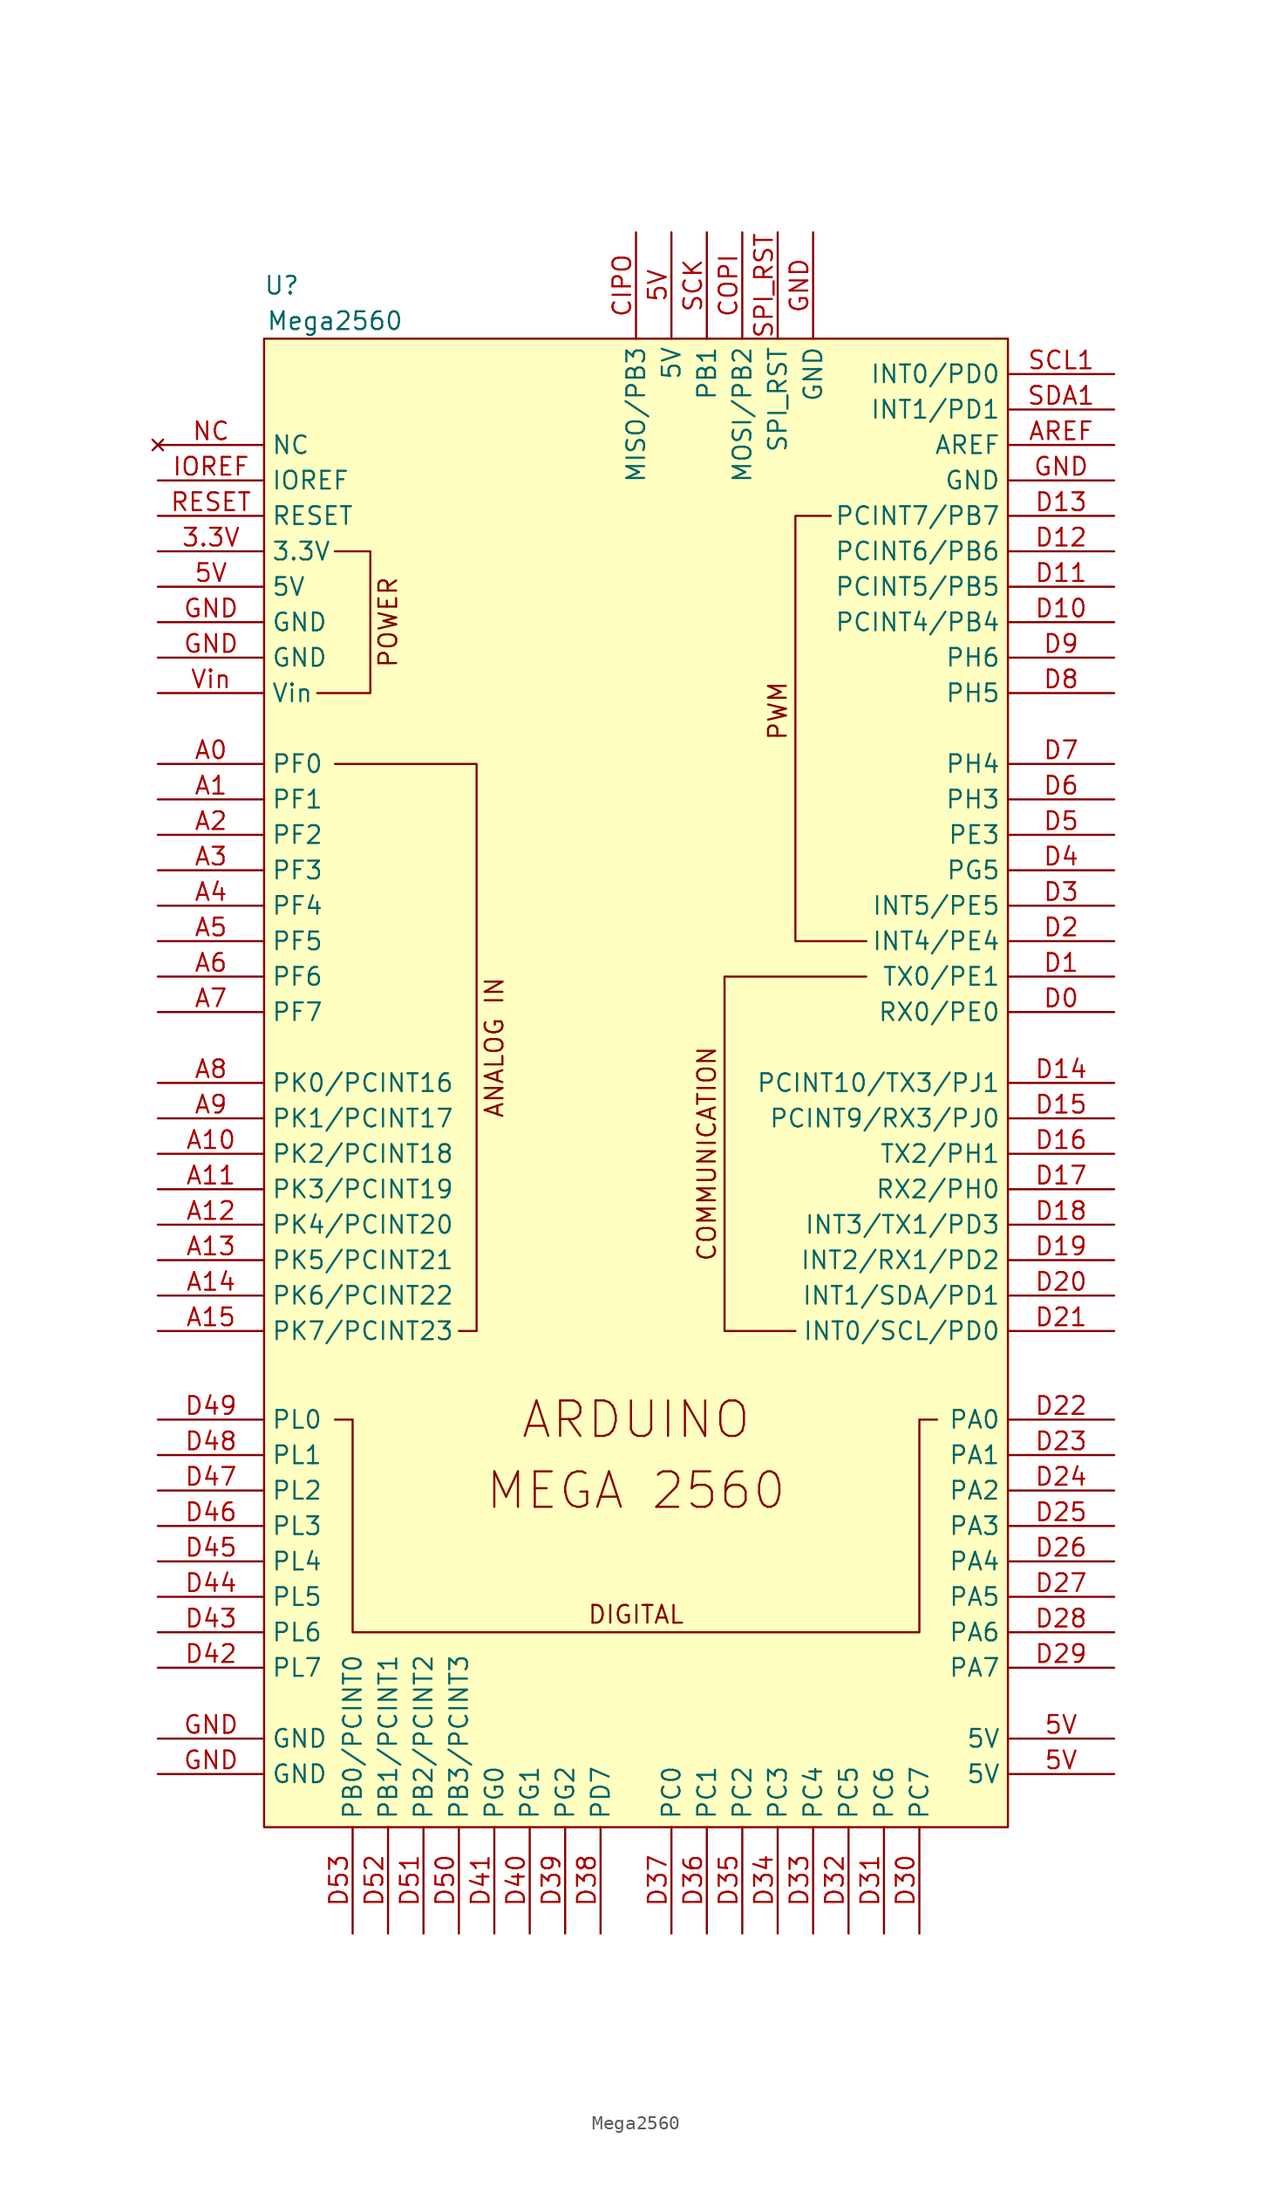
<source format=kicad_sym>
(kicad_symbol_lib
  (version 20211014)
  (generator kicad_symbol_editor)
  (symbol "Mega2560"
    (property "Reference" "U"
      (at -25.4 54.61 0)
      (effects (font (size 1.27 1.27))))
    (property "Value" "Mega2560"
      (at -21.59 52.07 0)
      (effects (font (size 1.27 1.27))))
    (symbol "Mega2560_0_0"
      (polyline (pts (xy 16.51 7.62) (xy 11.43 7.62) (xy 11.43 38.1) (xy 13.97 38.1)) (stroke (width 0) (type default) (color 0 0 0 0)) (fill (type none)))
      (polyline (pts (xy -21.59 -26.67) (xy -20.32 -26.67) (xy -20.32 -41.91) (xy 20.32 -41.91) (xy 20.32 -26.67) (xy 21.59 -26.67)) (stroke (width 0) (type default) (color 0 0 0 0)) (fill (type none)))
      (text "ANALOG IN" (at -10.16 0 900) (effects (font (size 1.27 1.27))))
      (text "ARDUINO" (at 0 -26.67 0) (effects (font (size 2.54 2.54))))
      (text "COMMUNICATION" (at 5.08 -7.62 900) (effects (font (size 1.27 1.27))))
      (text "DIGITAL" (at 0 -40.64 0) (effects (font (size 1.27 1.27))))
      (text "MEGA 2560" (at 0 -31.75 0) (effects (font (size 2.54 2.54))))
      (text "POWER" (at -17.78 30.48 900) (effects (font (size 1.27 1.27))))
      (text "PWM" (at 10.16 24.13 900) (effects (font (size 1.27 1.27)))))
    (symbol "Mega2560_0_1"
      (rectangle (start -26.67 50.8) (end 26.67 -55.88) (stroke (width 0) (type default) (color 0 0 0 0)) (fill (type background)))
      (polyline (pts (xy -21.59 20.32) (xy -11.43 20.32) (xy -11.43 -20.32) (xy -12.7 -20.32)) (stroke (width 0) (type default) (color 0 0 0 0)) (fill (type none)))
      (polyline (pts (xy -21.59 35.56) (xy -19.05 35.56) (xy -19.05 25.4) (xy -22.86 25.4)) (stroke (width 0) (type default) (color 0 0 0 0)) (fill (type none)))
      (polyline (pts (xy 11.43 -20.32) (xy 6.35 -20.32) (xy 6.35 5.08) (xy 16.51 5.08)) (stroke (width 0) (type default) (color 0 0 0 0)) (fill (type none))))
    (symbol "Mega2560_1_1"
      (pin power_out line (at -34.29 35.56 0) (length 7.62) (name "3.3V" (effects (font (size 1.27 1.27)))) (number "3.3V" (effects (font (size 1.27 1.27)))))
      (pin power_out line (at -34.29 33.02 0) (length 7.62) (name "5V" (effects (font (size 1.27 1.27)))) (number "5V" (effects (font (size 1.27 1.27)))))
      (pin power_out line (at 2.54 58.42 270) (length 7.62) (name "5V" (effects (font (size 1.27 1.27)))) (number "5V" (effects (font (size 1.27 1.27)))))
      (pin power_out line (at 34.29 -52.07 180) (length 7.62) (name "5V" (effects (font (size 1.27 1.27)))) (number "5V" (effects (font (size 1.27 1.27)))))
      (pin power_out line (at 34.29 -49.53 180) (length 7.62) (name "5V" (effects (font (size 1.27 1.27)))) (number "5V" (effects (font (size 1.27 1.27)))))
      (pin bidirectional line (at -34.29 20.32 0) (length 7.62) (name "PF0" (effects (font (size 1.27 1.27)))) (number "A0" (effects (font (size 1.27 1.27)))))
      (pin bidirectional line (at -34.29 17.78 0) (length 7.62) (name "PF1" (effects (font (size 1.27 1.27)))) (number "A1" (effects (font (size 1.27 1.27)))))
      (pin bidirectional line (at -34.29 -7.62 0) (length 7.62) (name "PK2/PCINT18" (effects (font (size 1.27 1.27)))) (number "A10" (effects (font (size 1.27 1.27)))))
      (pin bidirectional line (at -34.29 -10.16 0) (length 7.62) (name "PK3/PCINT19" (effects (font (size 1.27 1.27)))) (number "A11" (effects (font (size 1.27 1.27)))))
      (pin bidirectional line (at -34.29 -12.7 0) (length 7.62) (name "PK4/PCINT20" (effects (font (size 1.27 1.27)))) (number "A12" (effects (font (size 1.27 1.27)))))
      (pin bidirectional line (at -34.29 -15.24 0) (length 7.62) (name "PK5/PCINT21" (effects (font (size 1.27 1.27)))) (number "A13" (effects (font (size 1.27 1.27)))))
      (pin bidirectional line (at -34.29 -17.78 0) (length 7.62) (name "PK6/PCINT22" (effects (font (size 1.27 1.27)))) (number "A14" (effects (font (size 1.27 1.27)))))
      (pin bidirectional line (at -34.29 -20.32 0) (length 7.62) (name "PK7/PCINT23" (effects (font (size 1.27 1.27)))) (number "A15" (effects (font (size 1.27 1.27)))))
      (pin bidirectional line (at -34.29 15.24 0) (length 7.62) (name "PF2" (effects (font (size 1.27 1.27)))) (number "A2" (effects (font (size 1.27 1.27)))))
      (pin bidirectional line (at -34.29 12.7 0) (length 7.62) (name "PF3" (effects (font (size 1.27 1.27)))) (number "A3" (effects (font (size 1.27 1.27)))))
      (pin bidirectional line (at -34.29 10.16 0) (length 7.62) (name "PF4" (effects (font (size 1.27 1.27)))) (number "A4" (effects (font (size 1.27 1.27)))))
      (pin bidirectional line (at -34.29 7.62 0) (length 7.62) (name "PF5" (effects (font (size 1.27 1.27)))) (number "A5" (effects (font (size 1.27 1.27)))))
      (pin bidirectional line (at -34.29 5.08 0) (length 7.62) (name "PF6" (effects (font (size 1.27 1.27)))) (number "A6" (effects (font (size 1.27 1.27)))))
      (pin bidirectional line (at -34.29 2.54 0) (length 7.62) (name "PF7" (effects (font (size 1.27 1.27)))) (number "A7" (effects (font (size 1.27 1.27)))))
      (pin bidirectional line (at -34.29 -2.54 0) (length 7.62) (name "PK0/PCINT16" (effects (font (size 1.27 1.27)))) (number "A8" (effects (font (size 1.27 1.27)))))
      (pin bidirectional line (at -34.29 -5.08 0) (length 7.62) (name "PK1/PCINT17" (effects (font (size 1.27 1.27)))) (number "A9" (effects (font (size 1.27 1.27)))))
      (pin input line (at 34.29 43.18 180) (length 7.62) (name "AREF" (effects (font (size 1.27 1.27)))) (number "AREF" (effects (font (size 1.27 1.27)))))
      (pin bidirectional line (at 0 58.42 270) (length 7.62) (name "MISO/PB3" (effects (font (size 1.27 1.27)))) (number "CIPO" (effects (font (size 1.27 1.27)))))
      (pin bidirectional line (at 7.62 58.42 270) (length 7.62) (name "MOSI/PB2" (effects (font (size 1.27 1.27)))) (number "COPI" (effects (font (size 1.27 1.27)))))
      (pin bidirectional line (at 34.29 2.54 180) (length 7.62) (name "RX0/PE0" (effects (font (size 1.27 1.27)))) (number "D0" (effects (font (size 1.27 1.27)))))
      (pin bidirectional line (at 34.29 5.08 180) (length 7.62) (name "TX0/PE1" (effects (font (size 1.27 1.27)))) (number "D1" (effects (font (size 1.27 1.27)))))
      (pin bidirectional line (at 34.29 30.48 180) (length 7.62) (name "PCINT4/PB4" (effects (font (size 1.27 1.27)))) (number "D10" (effects (font (size 1.27 1.27)))))
      (pin bidirectional line (at 34.29 33.02 180) (length 7.62) (name "PCINT5/PB5" (effects (font (size 1.27 1.27)))) (number "D11" (effects (font (size 1.27 1.27)))))
      (pin bidirectional line (at 34.29 35.56 180) (length 7.62) (name "PCINT6/PB6" (effects (font (size 1.27 1.27)))) (number "D12" (effects (font (size 1.27 1.27)))))
      (pin bidirectional line (at 34.29 38.1 180) (length 7.62) (name "PCINT7/PB7" (effects (font (size 1.27 1.27)))) (number "D13" (effects (font (size 1.27 1.27)))))
      (pin bidirectional line (at 34.29 -2.54 180) (length 7.62) (name "PCINT10/TX3/PJ1" (effects (font (size 1.27 1.27)))) (number "D14" (effects (font (size 1.27 1.27)))))
      (pin bidirectional line (at 34.29 -5.08 180) (length 7.62) (name "PCINT9/RX3/PJ0" (effects (font (size 1.27 1.27)))) (number "D15" (effects (font (size 1.27 1.27)))))
      (pin bidirectional line (at 34.29 -7.62 180) (length 7.62) (name "TX2/PH1" (effects (font (size 1.27 1.27)))) (number "D16" (effects (font (size 1.27 1.27)))))
      (pin bidirectional line (at 34.29 -10.16 180) (length 7.62) (name "RX2/PH0" (effects (font (size 1.27 1.27)))) (number "D17" (effects (font (size 1.27 1.27)))))
      (pin bidirectional line (at 34.29 -12.7 180) (length 7.62) (name "INT3/TX1/PD3" (effects (font (size 1.27 1.27)))) (number "D18" (effects (font (size 1.27 1.27)))))
      (pin bidirectional line (at 34.29 -15.24 180) (length 7.62) (name "INT2/RX1/PD2" (effects (font (size 1.27 1.27)))) (number "D19" (effects (font (size 1.27 1.27)))))
      (pin bidirectional line (at 34.29 7.62 180) (length 7.62) (name "INT4/PE4" (effects (font (size 1.27 1.27)))) (number "D2" (effects (font (size 1.27 1.27)))))
      (pin bidirectional line (at 34.29 -17.78 180) (length 7.62) (name "INT1/SDA/PD1" (effects (font (size 1.27 1.27)))) (number "D20" (effects (font (size 1.27 1.27)))))
      (pin bidirectional line (at 34.29 -20.32 180) (length 7.62) (name "INT0/SCL/PD0" (effects (font (size 1.27 1.27)))) (number "D21" (effects (font (size 1.27 1.27)))))
      (pin bidirectional line (at 34.29 -26.67 180) (length 7.62) (name "PA0" (effects (font (size 1.27 1.27)))) (number "D22" (effects (font (size 1.27 1.27)))))
      (pin bidirectional line (at 34.29 -29.21 180) (length 7.62) (name "PA1" (effects (font (size 1.27 1.27)))) (number "D23" (effects (font (size 1.27 1.27)))))
      (pin bidirectional line (at 34.29 -31.75 180) (length 7.62) (name "PA2" (effects (font (size 1.27 1.27)))) (number "D24" (effects (font (size 1.27 1.27)))))
      (pin bidirectional line (at 34.29 -34.29 180) (length 7.62) (name "PA3" (effects (font (size 1.27 1.27)))) (number "D25" (effects (font (size 1.27 1.27)))))
      (pin bidirectional line (at 34.29 -36.83 180) (length 7.62) (name "PA4" (effects (font (size 1.27 1.27)))) (number "D26" (effects (font (size 1.27 1.27)))))
      (pin bidirectional line (at 34.29 -39.37 180) (length 7.62) (name "PA5" (effects (font (size 1.27 1.27)))) (number "D27" (effects (font (size 1.27 1.27)))))
      (pin bidirectional line (at 34.29 -41.91 180) (length 7.62) (name "PA6" (effects (font (size 1.27 1.27)))) (number "D28" (effects (font (size 1.27 1.27)))))
      (pin bidirectional line (at 34.29 -44.45 180) (length 7.62) (name "PA7" (effects (font (size 1.27 1.27)))) (number "D29" (effects (font (size 1.27 1.27)))))
      (pin bidirectional line (at 34.29 10.16 180) (length 7.62) (name "INT5/PE5" (effects (font (size 1.27 1.27)))) (number "D3" (effects (font (size 1.27 1.27)))))
      (pin bidirectional line (at 20.32 -63.5 90) (length 7.62) (name "PC7" (effects (font (size 1.27 1.27)))) (number "D30" (effects (font (size 1.27 1.27)))))
      (pin bidirectional line (at 17.78 -63.5 90) (length 7.62) (name "PC6" (effects (font (size 1.27 1.27)))) (number "D31" (effects (font (size 1.27 1.27)))))
      (pin bidirectional line (at 15.24 -63.5 90) (length 7.62) (name "PC5" (effects (font (size 1.27 1.27)))) (number "D32" (effects (font (size 1.27 1.27)))))
      (pin bidirectional line (at 12.7 -63.5 90) (length 7.62) (name "PC4" (effects (font (size 1.27 1.27)))) (number "D33" (effects (font (size 1.27 1.27)))))
      (pin bidirectional line (at 10.16 -63.5 90) (length 7.62) (name "PC3" (effects (font (size 1.27 1.27)))) (number "D34" (effects (font (size 1.27 1.27)))))
      (pin bidirectional line (at 7.62 -63.5 90) (length 7.62) (name "PC2" (effects (font (size 1.27 1.27)))) (number "D35" (effects (font (size 1.27 1.27)))))
      (pin bidirectional line (at 5.08 -63.5 90) (length 7.62) (name "PC1" (effects (font (size 1.27 1.27)))) (number "D36" (effects (font (size 1.27 1.27)))))
      (pin bidirectional line (at 2.54 -63.5 90) (length 7.62) (name "PC0" (effects (font (size 1.27 1.27)))) (number "D37" (effects (font (size 1.27 1.27)))))
      (pin bidirectional line (at -2.54 -63.5 90) (length 7.62) (name "PD7" (effects (font (size 1.27 1.27)))) (number "D38" (effects (font (size 1.27 1.27)))))
      (pin bidirectional line (at -5.08 -63.5 90) (length 7.62) (name "PG2" (effects (font (size 1.27 1.27)))) (number "D39" (effects (font (size 1.27 1.27)))))
      (pin bidirectional line (at 34.29 12.7 180) (length 7.62) (name "PG5" (effects (font (size 1.27 1.27)))) (number "D4" (effects (font (size 1.27 1.27)))))
      (pin bidirectional line (at -7.62 -63.5 90) (length 7.62) (name "PG1" (effects (font (size 1.27 1.27)))) (number "D40" (effects (font (size 1.27 1.27)))))
      (pin bidirectional line (at -10.16 -63.5 90) (length 7.62) (name "PG0" (effects (font (size 1.27 1.27)))) (number "D41" (effects (font (size 1.27 1.27)))))
      (pin bidirectional line (at -34.29 -44.45 0) (length 7.62) (name "PL7" (effects (font (size 1.27 1.27)))) (number "D42" (effects (font (size 1.27 1.27)))))
      (pin bidirectional line (at -34.29 -41.91 0) (length 7.62) (name "PL6" (effects (font (size 1.27 1.27)))) (number "D43" (effects (font (size 1.27 1.27)))))
      (pin bidirectional line (at -34.29 -39.37 0) (length 7.62) (name "PL5" (effects (font (size 1.27 1.27)))) (number "D44" (effects (font (size 1.27 1.27)))))
      (pin bidirectional line (at -34.29 -36.83 0) (length 7.62) (name "PL4" (effects (font (size 1.27 1.27)))) (number "D45" (effects (font (size 1.27 1.27)))))
      (pin bidirectional line (at -34.29 -34.29 0) (length 7.62) (name "PL3" (effects (font (size 1.27 1.27)))) (number "D46" (effects (font (size 1.27 1.27)))))
      (pin bidirectional line (at -34.29 -31.75 0) (length 7.62) (name "PL2" (effects (font (size 1.27 1.27)))) (number "D47" (effects (font (size 1.27 1.27)))))
      (pin bidirectional line (at -34.29 -29.21 0) (length 7.62) (name "PL1" (effects (font (size 1.27 1.27)))) (number "D48" (effects (font (size 1.27 1.27)))))
      (pin bidirectional line (at -34.29 -26.67 0) (length 7.62) (name "PL0" (effects (font (size 1.27 1.27)))) (number "D49" (effects (font (size 1.27 1.27)))))
      (pin bidirectional line (at 34.29 15.24 180) (length 7.62) (name "PE3" (effects (font (size 1.27 1.27)))) (number "D5" (effects (font (size 1.27 1.27)))))
      (pin bidirectional line (at -12.7 -63.5 90) (length 7.62) (name "PB3/PCINT3" (effects (font (size 1.27 1.27)))) (number "D50" (effects (font (size 1.27 1.27)))))
      (pin bidirectional line (at -15.24 -63.5 90) (length 7.62) (name "PB2/PCINT2" (effects (font (size 1.27 1.27)))) (number "D51" (effects (font (size 1.27 1.27)))))
      (pin bidirectional line (at -17.78 -63.5 90) (length 7.62) (name "PB1/PCINT1" (effects (font (size 1.27 1.27)))) (number "D52" (effects (font (size 1.27 1.27)))))
      (pin bidirectional line (at -20.32 -63.5 90) (length 7.62) (name "PB0/PCINT0" (effects (font (size 1.27 1.27)))) (number "D53" (effects (font (size 1.27 1.27)))))
      (pin bidirectional line (at 34.29 17.78 180) (length 7.62) (name "PH3" (effects (font (size 1.27 1.27)))) (number "D6" (effects (font (size 1.27 1.27)))))
      (pin bidirectional line (at 34.29 20.32 180) (length 7.62) (name "PH4" (effects (font (size 1.27 1.27)))) (number "D7" (effects (font (size 1.27 1.27)))))
      (pin bidirectional line (at 34.29 25.4 180) (length 7.62) (name "PH5" (effects (font (size 1.27 1.27)))) (number "D8" (effects (font (size 1.27 1.27)))))
      (pin bidirectional line (at 34.29 27.94 180) (length 7.62) (name "PH6" (effects (font (size 1.27 1.27)))) (number "D9" (effects (font (size 1.27 1.27)))))
      (pin power_out line (at -34.29 -52.07 0) (length 7.62) (name "GND" (effects (font (size 1.27 1.27)))) (number "GND" (effects (font (size 1.27 1.27)))))
      (pin power_out line (at -34.29 -49.53 0) (length 7.62) (name "GND" (effects (font (size 1.27 1.27)))) (number "GND" (effects (font (size 1.27 1.27)))))
      (pin power_out line (at -34.29 27.94 0) (length 7.62) (name "GND" (effects (font (size 1.27 1.27)))) (number "GND" (effects (font (size 1.27 1.27)))))
      (pin power_out line (at -34.29 30.48 0) (length 7.62) (name "GND" (effects (font (size 1.27 1.27)))) (number "GND" (effects (font (size 1.27 1.27)))))
      (pin power_out line (at 12.7 58.42 270) (length 7.62) (name "GND" (effects (font (size 1.27 1.27)))) (number "GND" (effects (font (size 1.27 1.27)))))
      (pin power_out line (at 34.29 40.64 180) (length 7.62) (name "GND" (effects (font (size 1.27 1.27)))) (number "GND" (effects (font (size 1.27 1.27)))))
      (pin output line (at -34.29 40.64 0) (length 7.62) (name "IOREF" (effects (font (size 1.27 1.27)))) (number "IOREF" (effects (font (size 1.27 1.27)))))
      (pin no_connect line (at -34.29 43.18 0) (length 7.62) (name "NC" (effects (font (size 1.27 1.27)))) (number "NC" (effects (font (size 1.27 1.27)))))
      (pin open_collector line (at -34.29 38.1 0) (length 7.62) (name "RESET" (effects (font (size 1.27 1.27)))) (number "RESET" (effects (font (size 1.27 1.27)))))
      (pin bidirectional line (at 5.08 58.42 270) (length 7.62) (name "PB1" (effects (font (size 1.27 1.27)))) (number "SCK" (effects (font (size 1.27 1.27)))))
      (pin bidirectional line (at 34.29 48.26 180) (length 7.62) (name "INT0/PD0" (effects (font (size 1.27 1.27)))) (number "SCL1" (effects (font (size 1.27 1.27)))))
      (pin bidirectional line (at 34.29 45.72 180) (length 7.62) (name "INT1/PD1" (effects (font (size 1.27 1.27)))) (number "SDA1" (effects (font (size 1.27 1.27)))))
      (pin open_emitter line (at 10.16 58.42 270) (length 7.62) (name "SPI_RST" (effects (font (size 1.27 1.27)))) (number "SPI_RST" (effects (font (size 1.27 1.27)))))
      (pin power_in line (at -34.29 25.4 0) (length 7.62) (name "Vin" (effects (font (size 1.27 1.27)))) (number "Vin" (effects (font (size 1.27 1.27))))))))
</source>
